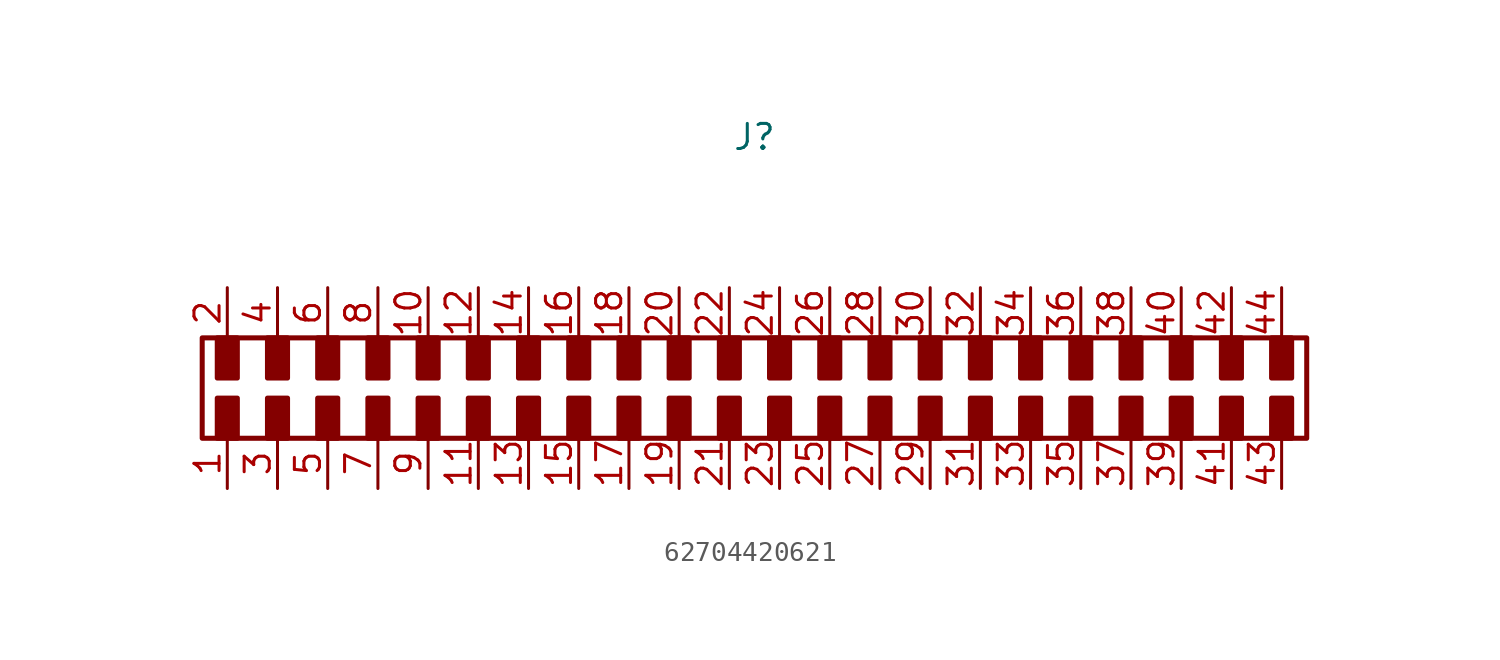
<source format=kicad_sym>
(kicad_symbol_lib
  (version 20241209)
  (generator "kicad_symbol_editor")
  (generator_version "9.0")
  (symbol "62704420621"
    (pin_names
      (hide yes))
    (property "Reference" "J"
      (at 0 12.7 0)
      (effects (font (size 1.27 1.27))))
    (symbol "62704420621_1_1"
      (rectangle (start -27.94 2.54) (end 27.94 -2.54) (stroke (width 0.254) (type solid)) (fill (type none)))
      (rectangle (start -27.178 2.54) (end -26.162 0.508) (stroke (width 0.254) (type solid)) (fill (type outline)))
      (rectangle (start -27.178 -0.508) (end -26.162 -2.54) (stroke (width 0.254) (type solid)) (fill (type outline)))
      (rectangle (start -24.638 2.54) (end -23.622 0.508) (stroke (width 0.254) (type solid)) (fill (type outline)))
      (rectangle (start -24.638 -0.508) (end -23.622 -2.54) (stroke (width 0.254) (type solid)) (fill (type outline)))
      (rectangle (start -22.098 2.54) (end -21.082 0.508) (stroke (width 0.254) (type solid)) (fill (type outline)))
      (rectangle (start -22.098 -0.508) (end -21.082 -2.54) (stroke (width 0.254) (type solid)) (fill (type outline)))
      (rectangle (start -19.558 2.54) (end -18.542 0.508) (stroke (width 0.254) (type solid)) (fill (type outline)))
      (rectangle (start -19.558 -0.508) (end -18.542 -2.54) (stroke (width 0.254) (type solid)) (fill (type outline)))
      (rectangle (start -17.018 2.54) (end -16.002 0.508) (stroke (width 0.254) (type solid)) (fill (type outline)))
      (rectangle (start -17.018 -0.508) (end -16.002 -2.54) (stroke (width 0.254) (type solid)) (fill (type outline)))
      (rectangle (start -14.478 2.54) (end -13.462 0.508) (stroke (width 0.254) (type solid)) (fill (type outline)))
      (rectangle (start -14.478 -0.508) (end -13.462 -2.54) (stroke (width 0.254) (type solid)) (fill (type outline)))
      (rectangle (start -11.938 2.54) (end -10.922 0.508) (stroke (width 0.254) (type solid)) (fill (type outline)))
      (rectangle (start -11.938 -0.508) (end -10.922 -2.54) (stroke (width 0.254) (type solid)) (fill (type outline)))
      (rectangle (start -9.398 2.54) (end -8.382 0.508) (stroke (width 0.254) (type solid)) (fill (type outline)))
      (rectangle (start -9.398 -0.508) (end -8.382 -2.54) (stroke (width 0.254) (type solid)) (fill (type outline)))
      (rectangle (start -6.858 2.54) (end -5.842 0.508) (stroke (width 0.254) (type solid)) (fill (type outline)))
      (rectangle (start -6.858 -0.508) (end -5.842 -2.54) (stroke (width 0.254) (type solid)) (fill (type outline)))
      (rectangle (start -4.318 2.54) (end -3.302 0.508) (stroke (width 0.254) (type solid)) (fill (type outline)))
      (rectangle (start -4.318 -0.508) (end -3.302 -2.54) (stroke (width 0.254) (type solid)) (fill (type outline)))
      (rectangle (start -1.778 2.54) (end -0.762 0.508) (stroke (width 0.254) (type solid)) (fill (type outline)))
      (rectangle (start -1.778 -0.508) (end -0.762 -2.54) (stroke (width 0.254) (type solid)) (fill (type outline)))
      (rectangle (start 0.762 2.54) (end 1.778 0.508) (stroke (width 0.254) (type solid)) (fill (type outline)))
      (rectangle (start 0.762 -0.508) (end 1.778 -2.54) (stroke (width 0.254) (type solid)) (fill (type outline)))
      (rectangle (start 3.302 2.54) (end 4.318 0.508) (stroke (width 0.254) (type solid)) (fill (type outline)))
      (rectangle (start 3.302 -0.508) (end 4.318 -2.54) (stroke (width 0.254) (type solid)) (fill (type outline)))
      (rectangle (start 5.842 2.54) (end 6.858 0.508) (stroke (width 0.254) (type solid)) (fill (type outline)))
      (rectangle (start 5.842 -0.508) (end 6.858 -2.54) (stroke (width 0.254) (type solid)) (fill (type outline)))
      (rectangle (start 8.382 2.54) (end 9.398 0.508) (stroke (width 0.254) (type solid)) (fill (type outline)))
      (rectangle (start 8.382 -0.508) (end 9.398 -2.54) (stroke (width 0.254) (type solid)) (fill (type outline)))
      (rectangle (start 10.922 2.54) (end 11.938 0.508) (stroke (width 0.254) (type solid)) (fill (type outline)))
      (rectangle (start 10.922 -0.508) (end 11.938 -2.54) (stroke (width 0.254) (type solid)) (fill (type outline)))
      (rectangle (start 13.462 2.54) (end 14.478 0.508) (stroke (width 0.254) (type solid)) (fill (type outline)))
      (rectangle (start 13.462 -0.508) (end 14.478 -2.54) (stroke (width 0.254) (type solid)) (fill (type outline)))
      (rectangle (start 16.002 2.54) (end 17.018 0.508) (stroke (width 0.254) (type solid)) (fill (type outline)))
      (rectangle (start 16.002 -0.508) (end 17.018 -2.54) (stroke (width 0.254) (type solid)) (fill (type outline)))
      (rectangle (start 18.542 2.54) (end 19.558 0.508) (stroke (width 0.254) (type solid)) (fill (type outline)))
      (rectangle (start 18.542 -0.508) (end 19.558 -2.54) (stroke (width 0.254) (type solid)) (fill (type outline)))
      (rectangle (start 21.082 2.54) (end 22.098 0.508) (stroke (width 0.254) (type solid)) (fill (type outline)))
      (rectangle (start 21.082 -0.508) (end 22.098 -2.54) (stroke (width 0.254) (type solid)) (fill (type outline)))
      (rectangle (start 23.622 2.54) (end 24.638 0.508) (stroke (width 0.254) (type solid)) (fill (type outline)))
      (rectangle (start 23.622 -0.508) (end 24.638 -2.54) (stroke (width 0.254) (type solid)) (fill (type outline)))
      (rectangle (start 26.162 2.54) (end 27.178 0.508) (stroke (width 0.254) (type solid)) (fill (type outline)))
      (rectangle (start 26.162 -0.508) (end 27.178 -2.54) (stroke (width 0.254) (type solid)) (fill (type outline)))
      (pin passive line (at -26.67 5.08 270) (length 2.54) (name "2" (effects (font (size 1.27 1.27)))) (number "2" (effects (font (size 1.27 1.27)))))
      (pin passive line (at -26.67 -5.08 90) (length 2.54) (name "1" (effects (font (size 1.27 1.27)))) (number "1" (effects (font (size 1.27 1.27)))))
      (pin passive line (at -24.13 5.08 270) (length 2.54) (name "4" (effects (font (size 1.27 1.27)))) (number "4" (effects (font (size 1.27 1.27)))))
      (pin passive line (at -24.13 -5.08 90) (length 2.54) (name "3" (effects (font (size 1.27 1.27)))) (number "3" (effects (font (size 1.27 1.27)))))
      (pin passive line (at -21.59 5.08 270) (length 2.54) (name "6" (effects (font (size 1.27 1.27)))) (number "6" (effects (font (size 1.27 1.27)))))
      (pin passive line (at -21.59 -5.08 90) (length 2.54) (name "5" (effects (font (size 1.27 1.27)))) (number "5" (effects (font (size 1.27 1.27)))))
      (pin passive line (at -19.05 5.08 270) (length 2.54) (name "8" (effects (font (size 1.27 1.27)))) (number "8" (effects (font (size 1.27 1.27)))))
      (pin passive line (at -19.05 -5.08 90) (length 2.54) (name "7" (effects (font (size 1.27 1.27)))) (number "7" (effects (font (size 1.27 1.27)))))
      (pin passive line (at -16.51 5.08 270) (length 2.54) (name "10" (effects (font (size 1.27 1.27)))) (number "10" (effects (font (size 1.27 1.27)))))
      (pin passive line (at -16.51 -5.08 90) (length 2.54) (name "9" (effects (font (size 1.27 1.27)))) (number "9" (effects (font (size 1.27 1.27)))))
      (pin passive line (at -13.97 5.08 270) (length 2.54) (name "12" (effects (font (size 1.27 1.27)))) (number "12" (effects (font (size 1.27 1.27)))))
      (pin passive line (at -13.97 -5.08 90) (length 2.54) (name "11" (effects (font (size 1.27 1.27)))) (number "11" (effects (font (size 1.27 1.27)))))
      (pin passive line (at -11.43 5.08 270) (length 2.54) (name "14" (effects (font (size 1.27 1.27)))) (number "14" (effects (font (size 1.27 1.27)))))
      (pin passive line (at -11.43 -5.08 90) (length 2.54) (name "13" (effects (font (size 1.27 1.27)))) (number "13" (effects (font (size 1.27 1.27)))))
      (pin passive line (at -8.89 5.08 270) (length 2.54) (name "16" (effects (font (size 1.27 1.27)))) (number "16" (effects (font (size 1.27 1.27)))))
      (pin passive line (at -8.89 -5.08 90) (length 2.54) (name "15" (effects (font (size 1.27 1.27)))) (number "15" (effects (font (size 1.27 1.27)))))
      (pin passive line (at -6.35 5.08 270) (length 2.54) (name "18" (effects (font (size 1.27 1.27)))) (number "18" (effects (font (size 1.27 1.27)))))
      (pin passive line (at -6.35 -5.08 90) (length 2.54) (name "17" (effects (font (size 1.27 1.27)))) (number "17" (effects (font (size 1.27 1.27)))))
      (pin passive line (at -3.81 5.08 270) (length 2.54) (name "20" (effects (font (size 1.27 1.27)))) (number "20" (effects (font (size 1.27 1.27)))))
      (pin passive line (at -3.81 -5.08 90) (length 2.54) (name "19" (effects (font (size 1.27 1.27)))) (number "19" (effects (font (size 1.27 1.27)))))
      (pin passive line (at -1.27 5.08 270) (length 2.54) (name "22" (effects (font (size 1.27 1.27)))) (number "22" (effects (font (size 1.27 1.27)))))
      (pin passive line (at -1.27 -5.08 90) (length 2.54) (name "21" (effects (font (size 1.27 1.27)))) (number "21" (effects (font (size 1.27 1.27)))))
      (pin passive line (at 1.27 5.08 270) (length 2.54) (name "24" (effects (font (size 1.27 1.27)))) (number "24" (effects (font (size 1.27 1.27)))))
      (pin passive line (at 1.27 -5.08 90) (length 2.54) (name "23" (effects (font (size 1.27 1.27)))) (number "23" (effects (font (size 1.27 1.27)))))
      (pin passive line (at 3.81 5.08 270) (length 2.54) (name "26" (effects (font (size 1.27 1.27)))) (number "26" (effects (font (size 1.27 1.27)))))
      (pin passive line (at 3.81 -5.08 90) (length 2.54) (name "25" (effects (font (size 1.27 1.27)))) (number "25" (effects (font (size 1.27 1.27)))))
      (pin passive line (at 6.35 5.08 270) (length 2.54) (name "28" (effects (font (size 1.27 1.27)))) (number "28" (effects (font (size 1.27 1.27)))))
      (pin passive line (at 6.35 -5.08 90) (length 2.54) (name "27" (effects (font (size 1.27 1.27)))) (number "27" (effects (font (size 1.27 1.27)))))
      (pin passive line (at 8.89 5.08 270) (length 2.54) (name "30" (effects (font (size 1.27 1.27)))) (number "30" (effects (font (size 1.27 1.27)))))
      (pin passive line (at 8.89 -5.08 90) (length 2.54) (name "29" (effects (font (size 1.27 1.27)))) (number "29" (effects (font (size 1.27 1.27)))))
      (pin passive line (at 11.43 5.08 270) (length 2.54) (name "32" (effects (font (size 1.27 1.27)))) (number "32" (effects (font (size 1.27 1.27)))))
      (pin passive line (at 11.43 -5.08 90) (length 2.54) (name "31" (effects (font (size 1.27 1.27)))) (number "31" (effects (font (size 1.27 1.27)))))
      (pin passive line (at 13.97 5.08 270) (length 2.54) (name "34" (effects (font (size 1.27 1.27)))) (number "34" (effects (font (size 1.27 1.27)))))
      (pin passive line (at 13.97 -5.08 90) (length 2.54) (name "33" (effects (font (size 1.27 1.27)))) (number "33" (effects (font (size 1.27 1.27)))))
      (pin passive line (at 16.51 5.08 270) (length 2.54) (name "36" (effects (font (size 1.27 1.27)))) (number "36" (effects (font (size 1.27 1.27)))))
      (pin passive line (at 16.51 -5.08 90) (length 2.54) (name "35" (effects (font (size 1.27 1.27)))) (number "35" (effects (font (size 1.27 1.27)))))
      (pin passive line (at 19.05 5.08 270) (length 2.54) (name "38" (effects (font (size 1.27 1.27)))) (number "38" (effects (font (size 1.27 1.27)))))
      (pin passive line (at 19.05 -5.08 90) (length 2.54) (name "37" (effects (font (size 1.27 1.27)))) (number "37" (effects (font (size 1.27 1.27)))))
      (pin passive line (at 21.59 5.08 270) (length 2.54) (name "40" (effects (font (size 1.27 1.27)))) (number "40" (effects (font (size 1.27 1.27)))))
      (pin passive line (at 21.59 -5.08 90) (length 2.54) (name "39" (effects (font (size 1.27 1.27)))) (number "39" (effects (font (size 1.27 1.27)))))
      (pin passive line (at 24.13 5.08 270) (length 2.54) (name "42" (effects (font (size 1.27 1.27)))) (number "42" (effects (font (size 1.27 1.27)))))
      (pin passive line (at 24.13 -5.08 90) (length 2.54) (name "41" (effects (font (size 1.27 1.27)))) (number "41" (effects (font (size 1.27 1.27)))))
      (pin passive line (at 26.67 5.08 270) (length 2.54) (name "44" (effects (font (size 1.27 1.27)))) (number "44" (effects (font (size 1.27 1.27)))))
      (pin passive line (at 26.67 -5.08 90) (length 2.54) (name "43" (effects (font (size 1.27 1.27)))) (number "43" (effects (font (size 1.27 1.27))))))))
</source>
